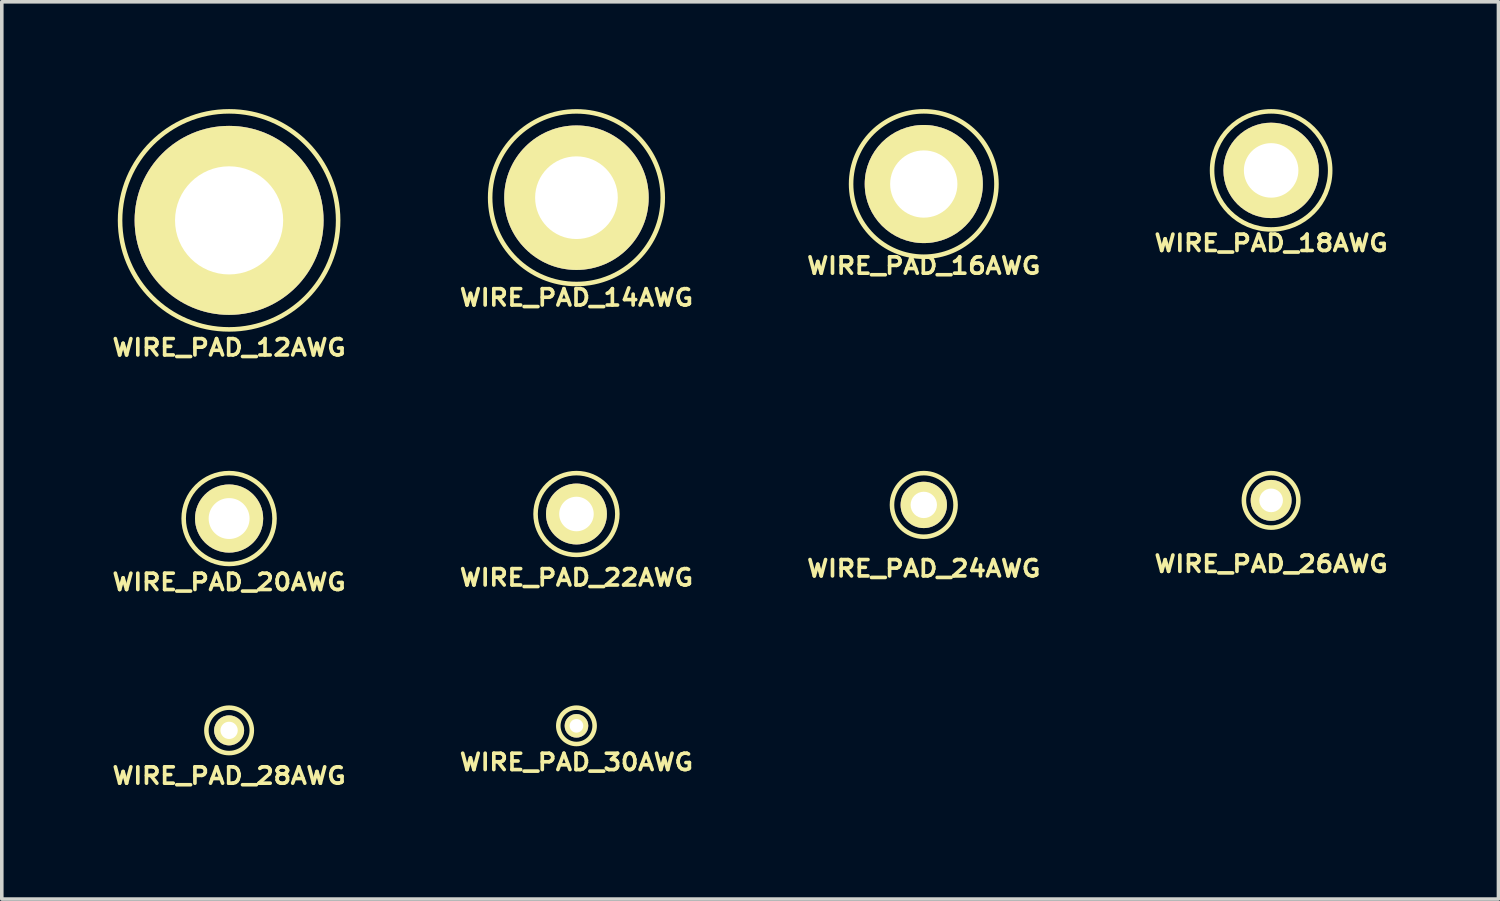
<source format=kicad_pcb>
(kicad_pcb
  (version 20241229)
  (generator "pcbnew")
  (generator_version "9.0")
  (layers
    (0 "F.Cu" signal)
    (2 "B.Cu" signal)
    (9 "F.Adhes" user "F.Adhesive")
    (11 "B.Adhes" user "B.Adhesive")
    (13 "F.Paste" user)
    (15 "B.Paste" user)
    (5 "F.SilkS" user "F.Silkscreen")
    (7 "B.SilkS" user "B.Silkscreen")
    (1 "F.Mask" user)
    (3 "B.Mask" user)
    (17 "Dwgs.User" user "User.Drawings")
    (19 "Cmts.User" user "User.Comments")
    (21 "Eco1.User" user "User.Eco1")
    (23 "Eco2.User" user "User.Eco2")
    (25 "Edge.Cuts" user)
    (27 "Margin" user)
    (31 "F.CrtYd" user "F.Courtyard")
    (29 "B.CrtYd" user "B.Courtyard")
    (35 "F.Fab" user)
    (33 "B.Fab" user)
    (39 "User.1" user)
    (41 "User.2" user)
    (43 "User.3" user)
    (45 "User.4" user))
  (footprint "WIRE_PAD_30AWG"
    (layer "F.Cu")
    (at 13.066 17.242)
    (property "Reference" "WIRE_PAD_30AWG" (at 0 1.016 0) (layer "F.SilkS") (effects (font (size 0.457 0.508) (thickness 0.102))))
    (attr through_hole)
    (fp_circle (center 0 0) (end 0.508 0) (stroke (width 0.127) (type solid)) (fill no) (layer "F.SilkS"))
    (pad "1" thru_hole circle (at 0 0) (size 0.66 0.66) (drill 0.381) (layers "*.Cu" "*.Mask" "F.SilkS")))
  (footprint "WIRE_PAD_14AWG"
    (layer "F.Cu")
    (at 13.066 2.477)
    (property "Reference" "WIRE_PAD_14AWG" (at 0 2.794 0) (layer "F.SilkS") (effects (font (size 0.457 0.508) (thickness 0.102))))
    (attr through_hole)
    (fp_circle (center 0 0) (end 2.413 0) (stroke (width 0.127) (type solid)) (fill no) (layer "F.SilkS"))
    (pad "1" thru_hole circle (at 0 0) (size 4.039 4.039) (drill 2.311) (layers "*.Cu" "*.Mask" "F.SilkS")))
  (footprint "WIRE_PAD_22AWG"
    (layer "F.Cu")
    (at 13.066 11.32)
    (property "Reference" "WIRE_PAD_22AWG" (at 0 1.778 0) (layer "F.SilkS") (effects (font (size 0.457 0.508) (thickness 0.102))))
    (attr through_hole)
    (fp_circle (center 0 0) (end 1.143 0) (stroke (width 0.127) (type solid)) (fill no) (layer "F.SilkS"))
    (pad "1" thru_hole circle (at 0 0) (size 1.702 1.702) (drill 0.965) (layers "*.Cu" "*.Mask" "F.SilkS")))
  (footprint "WIRE_PAD_24AWG"
    (layer "F.Cu")
    (at 22.776 11.066)
    (property "Reference" "WIRE_PAD_24AWG" (at 0 1.778 0) (layer "F.SilkS") (effects (font (size 0.457 0.508) (thickness 0.102))))
    (attr through_hole)
    (fp_circle (center 0 0) (end 0.889 0) (stroke (width 0.127) (type solid)) (fill no) (layer "F.SilkS"))
    (pad "1" thru_hole circle (at 0 0) (size 1.295 1.295) (drill 0.737) (layers "*.Cu" "*.Mask" "F.SilkS")))
  (footprint "WIRE_PAD_26AWG"
    (layer "F.Cu")
    (at 32.487 10.939)
    (property "Reference" "WIRE_PAD_26AWG" (at 0 1.778 0) (layer "F.SilkS") (effects (font (size 0.457 0.508) (thickness 0.102))))
    (attr through_hole)
    (fp_circle (center 0 0) (end 0.762 0) (stroke (width 0.127) (type solid)) (fill no) (layer "F.SilkS"))
    (pad "1" thru_hole circle (at 0 0) (size 1.143 1.143) (drill 0.66) (layers "*.Cu" "*.Mask" "F.SilkS")))
  (footprint "WIRE_PAD_18AWG"
    (layer "F.Cu")
    (at 32.487 1.714)
    (property "Reference" "WIRE_PAD_18AWG" (at 0 2.032 0) (layer "F.SilkS") (effects (font (size 0.457 0.508) (thickness 0.102))))
    (attr through_hole)
    (fp_circle (center 0 0) (end 1.651 0) (stroke (width 0.127) (type solid)) (fill no) (layer "F.SilkS"))
    (pad "1" thru_hole circle (at 0 0) (size 2.667 2.667) (drill 1.524) (layers "*.Cu" "*.Mask" "F.SilkS")))
  (footprint "WIRE_PAD_20AWG"
    (layer "F.Cu")
    (at 3.355 11.447)
    (property "Reference" "WIRE_PAD_20AWG" (at 0 1.778 0) (layer "F.SilkS") (effects (font (size 0.457 0.508) (thickness 0.102))))
    (attr through_hole)
    (fp_circle (center 0 0) (end 1.27 0) (stroke (width 0.127) (type solid)) (fill no) (layer "F.SilkS"))
    (pad "1" thru_hole circle (at 0 0) (size 1.905 1.905) (drill 1.143) (layers "*.Cu" "*.Mask" "F.SilkS")))
  (footprint "WIRE_PAD_12AWG"
    (layer "F.Cu")
    (at 3.355 3.111)
    (property "Reference" "WIRE_PAD_12AWG" (at 0 3.556 0) (layer "F.SilkS") (effects (font (size 0.457 0.508) (thickness 0.102))))
    (attr through_hole)
    (fp_circle (center 0 0) (end 3.048 0) (stroke (width 0.127) (type solid)) (fill no) (layer "F.SilkS"))
    (pad "1" thru_hole circle (at 0 0) (size 5.283 5.283) (drill 3.023) (layers "*.Cu" "*.Mask" "F.SilkS")))
  (footprint "WIRE_PAD_16AWG"
    (layer "F.Cu")
    (at 22.776 2.095)
    (property "Reference" "WIRE_PAD_16AWG" (at 0 2.286 0) (layer "F.SilkS") (effects (font (size 0.457 0.508) (thickness 0.102))))
    (attr through_hole)
    (fp_circle (center 0 0) (end 2.032 0) (stroke (width 0.127) (type solid)) (fill no) (layer "F.SilkS"))
    (pad "1" thru_hole circle (at 0 0) (size 3.302 3.302) (drill 1.88) (layers "*.Cu" "*.Mask" "F.SilkS")))
  (footprint "WIRE_PAD_28AWG"
    (layer "F.Cu")
    (at 3.355 17.369)
    (property "Reference" "WIRE_PAD_28AWG" (at 0 1.27 0) (layer "F.SilkS") (effects (font (size 0.457 0.508) (thickness 0.102))))
    (attr through_hole)
    (fp_circle (center 0 0) (end 0.635 0) (stroke (width 0.127) (type solid)) (fill no) (layer "F.SilkS"))
    (pad "1" thru_hole circle (at 0 0) (size 0.838 0.838) (drill 0.483) (layers "*.Cu" "*.Mask" "F.SilkS")))
  (gr_rect
    (start -3 -3)
    (end 38.842 22.085)
    (stroke (width 0.1) (type default))
    (fill no)
    (layer "Edge.Cuts")))
</source>
